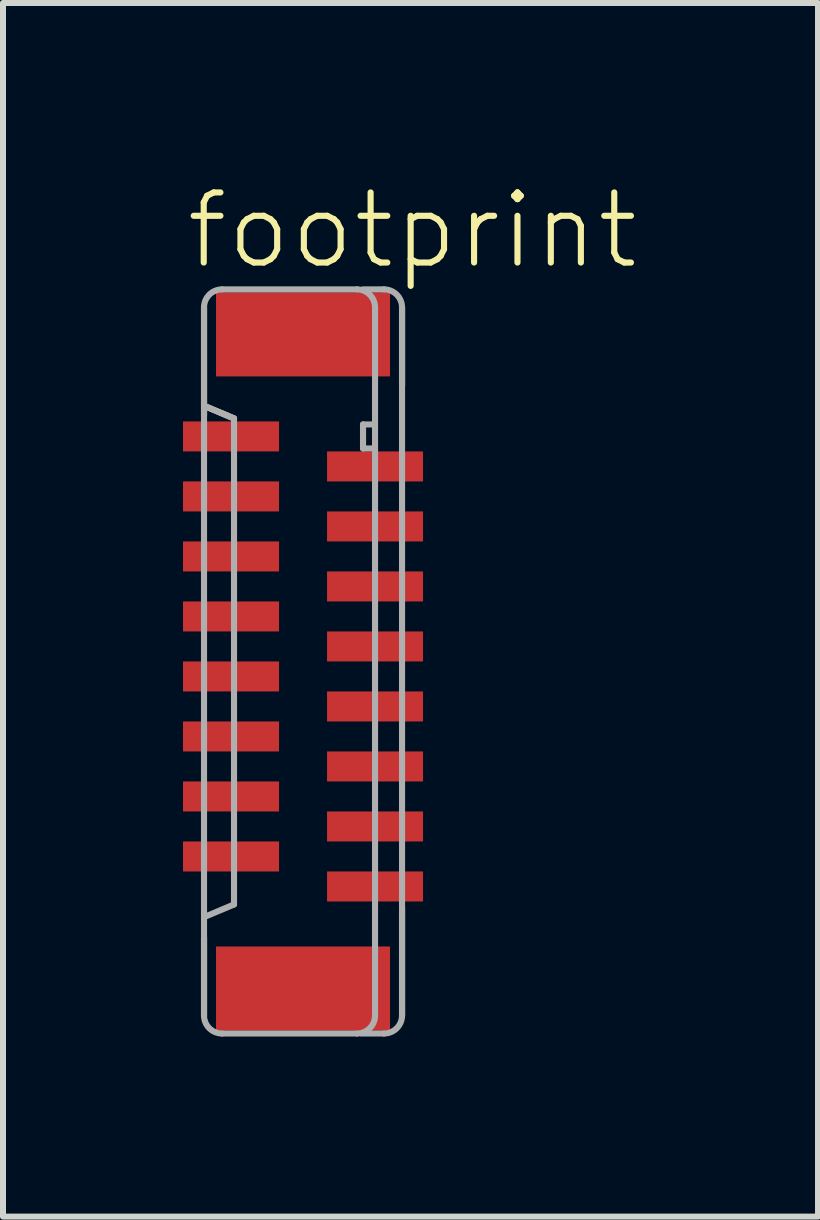
<source format=kicad_pcb>
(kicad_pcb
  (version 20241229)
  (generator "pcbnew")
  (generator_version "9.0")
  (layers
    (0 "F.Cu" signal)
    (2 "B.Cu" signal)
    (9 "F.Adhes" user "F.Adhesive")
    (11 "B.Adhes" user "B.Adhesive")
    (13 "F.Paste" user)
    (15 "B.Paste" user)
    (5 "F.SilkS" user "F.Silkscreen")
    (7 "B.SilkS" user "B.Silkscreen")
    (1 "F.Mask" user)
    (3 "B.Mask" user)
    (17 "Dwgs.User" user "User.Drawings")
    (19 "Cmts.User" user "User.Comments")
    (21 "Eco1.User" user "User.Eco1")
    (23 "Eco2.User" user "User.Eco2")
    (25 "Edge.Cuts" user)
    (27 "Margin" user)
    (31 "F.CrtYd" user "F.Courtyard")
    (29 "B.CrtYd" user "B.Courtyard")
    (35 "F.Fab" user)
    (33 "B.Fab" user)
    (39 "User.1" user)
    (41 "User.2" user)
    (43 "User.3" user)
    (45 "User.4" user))
  (footprint "footprint"
    (layer "F.Cu")
    (at 2 7.973)
    (property "Reference" "footprint" (at -2 -6.5 0) (layer "F.SilkS") (effects (font (size 1.168 1.168) (thickness 0.102)) (justify left bottom)))
    (fp_line (start -1.65 -5.9) (end -1.65 -4.1) (stroke (width 0.102) (type solid)) (layer "F.SilkS"))
    (fp_line (start -1.65 4.6) (end -1.65 5.9) (stroke (width 0.102) (type solid)) (layer "F.SilkS"))
    (fp_line (start -1.625 -4.25) (end -1.15 -4.05) (stroke (width 0.102) (type solid)) (layer "F.SilkS"))
    (fp_line (start 1.65 -4.6) (end 1.65 -5.9) (stroke (width 0.102) (type solid)) (layer "F.SilkS"))
    (fp_line (start 1.65 5.9) (end 1.65 4.1) (stroke (width 0.102) (type solid)) (layer "F.SilkS"))
    (fp_line (start -1.65 -5.9) (end -1.65 5.9) (stroke (width 0.102) (type solid)) (layer "F.Fab"))
    (fp_line (start -1.625 -4.25) (end -1.15 -4.05) (stroke (width 0.102) (type solid)) (layer "F.Fab"))
    (fp_line (start -1.35 6.2) (end 0.9 6.2) (stroke (width 0.102) (type solid)) (layer "F.Fab"))
    (fp_line (start -1.15 -4.05) (end -1.15 4.05) (stroke (width 0.102) (type solid)) (layer "F.Fab"))
    (fp_line (start -1.15 4.05) (end -1.625 4.25) (stroke (width 0.102) (type solid)) (layer "F.Fab"))
    (fp_line (start 0.9 -6.2) (end -1.35 -6.2) (stroke (width 0.102) (type solid)) (layer "F.Fab"))
    (fp_line (start 0.975 6.2) (end 1.35 6.2) (stroke (width 0.102) (type solid)) (layer "F.Fab"))
    (fp_line (start 1 -6.2) (end 1.35 -6.2) (stroke (width 0.102) (type solid)) (layer "F.Fab"))
    (fp_line (start 1 -3.95) (end 1 -3.55) (stroke (width 0.102) (type solid)) (layer "F.Fab"))
    (fp_line (start 1 -3.55) (end 1.15 -3.55) (stroke (width 0.102) (type solid)) (layer "F.Fab"))
    (fp_line (start 1.15 -3.95) (end 1 -3.95) (stroke (width 0.102) (type solid)) (layer "F.Fab"))
    (fp_line (start 1.2 5.9) (end 1.2 -5.9) (stroke (width 0.102) (type solid)) (layer "F.Fab"))
    (fp_line (start 1.65 5.9) (end 1.65 -5.9) (stroke (width 0.102) (type solid)) (layer "F.Fab"))
    (fp_arc (start -1.65 -5.9) (mid -1.562132 -6.112132) (end -1.35 -6.2) (stroke (width 0.1016) (type solid)) (layer "F.Fab"))
    (fp_arc (start -1.35 6.2) (mid -1.562132 6.112132) (end -1.65 5.9) (stroke (width 0.1016) (type solid)) (layer "F.Fab"))
    (fp_arc (start 0.9 -6.2) (mid 1.112132 -6.112132) (end 1.2 -5.9) (stroke (width 0.1016) (type solid)) (layer "F.Fab"))
    (fp_arc (start 1.2 5.9) (mid 1.112132 6.112132) (end 0.9 6.2) (stroke (width 0.1016) (type solid)) (layer "F.Fab"))
    (fp_arc (start 1.35 -6.2) (mid 1.562132 -6.112132) (end 1.65 -5.9) (stroke (width 0.1016) (type solid)) (layer "F.Fab"))
    (fp_arc (start 1.65 5.9) (mid 1.562132 6.112132) (end 1.35 6.2) (stroke (width 0.1016) (type solid)) (layer "F.Fab"))
    (pad "1" smd rect (at -1.2 -3.75 270) (size 0.5 1.6) (layers "F.Cu" "F.Mask" "F.Paste"))
    (pad "2" smd rect (at 1.2 -3.25 90) (size 0.5 1.6) (layers "F.Cu" "F.Mask" "F.Paste"))
    (pad "3" smd rect (at -1.2 -2.75 270) (size 0.5 1.6) (layers "F.Cu" "F.Mask" "F.Paste"))
    (pad "4" smd rect (at 1.2 -2.25 90) (size 0.5 1.6) (layers "F.Cu" "F.Mask" "F.Paste"))
    (pad "5" smd rect (at -1.2 -1.75 270) (size 0.5 1.6) (layers "F.Cu" "F.Mask" "F.Paste"))
    (pad "6" smd rect (at 1.2 -1.25 90) (size 0.5 1.6) (layers "F.Cu" "F.Mask" "F.Paste"))
    (pad "7" smd rect (at -1.2 -0.75 270) (size 0.5 1.6) (layers "F.Cu" "F.Mask" "F.Paste"))
    (pad "8" smd rect (at 1.2 -0.25 90) (size 0.5 1.6) (layers "F.Cu" "F.Mask" "F.Paste"))
    (pad "9" smd rect (at -1.2 0.25 270) (size 0.5 1.6) (layers "F.Cu" "F.Mask" "F.Paste"))
    (pad "10" smd rect (at 1.2 0.75 90) (size 0.5 1.6) (layers "F.Cu" "F.Mask" "F.Paste"))
    (pad "11" smd rect (at -1.2 1.25 270) (size 0.5 1.6) (layers "F.Cu" "F.Mask" "F.Paste"))
    (pad "12" smd rect (at 1.2 1.75 90) (size 0.5 1.6) (layers "F.Cu" "F.Mask" "F.Paste"))
    (pad "13" smd rect (at -1.2 2.25 270) (size 0.5 1.6) (layers "F.Cu" "F.Mask" "F.Paste"))
    (pad "14" smd rect (at 1.2 2.75 90) (size 0.5 1.6) (layers "F.Cu" "F.Mask" "F.Paste"))
    (pad "15" smd rect (at -1.2 3.25 270) (size 0.5 1.6) (layers "F.Cu" "F.Mask" "F.Paste"))
    (pad "16" smd rect (at 1.2 3.75 90) (size 0.5 1.6) (layers "F.Cu" "F.Mask" "F.Paste"))
    (pad "M1" smd rect (at 0 -5.45 270) (size 1.4 2.9) (layers "F.Cu" "F.Mask" "F.Paste"))
    (pad "M2" smd rect (at 0 5.45 270) (size 1.4 2.9) (layers "F.Cu" "F.Mask" "F.Paste")))
  (gr_rect
    (start -3 -3)
    (end 10.582 17.224)
    (stroke (width 0.1) (type default))
    (fill no)
    (layer "Edge.Cuts")))
</source>
